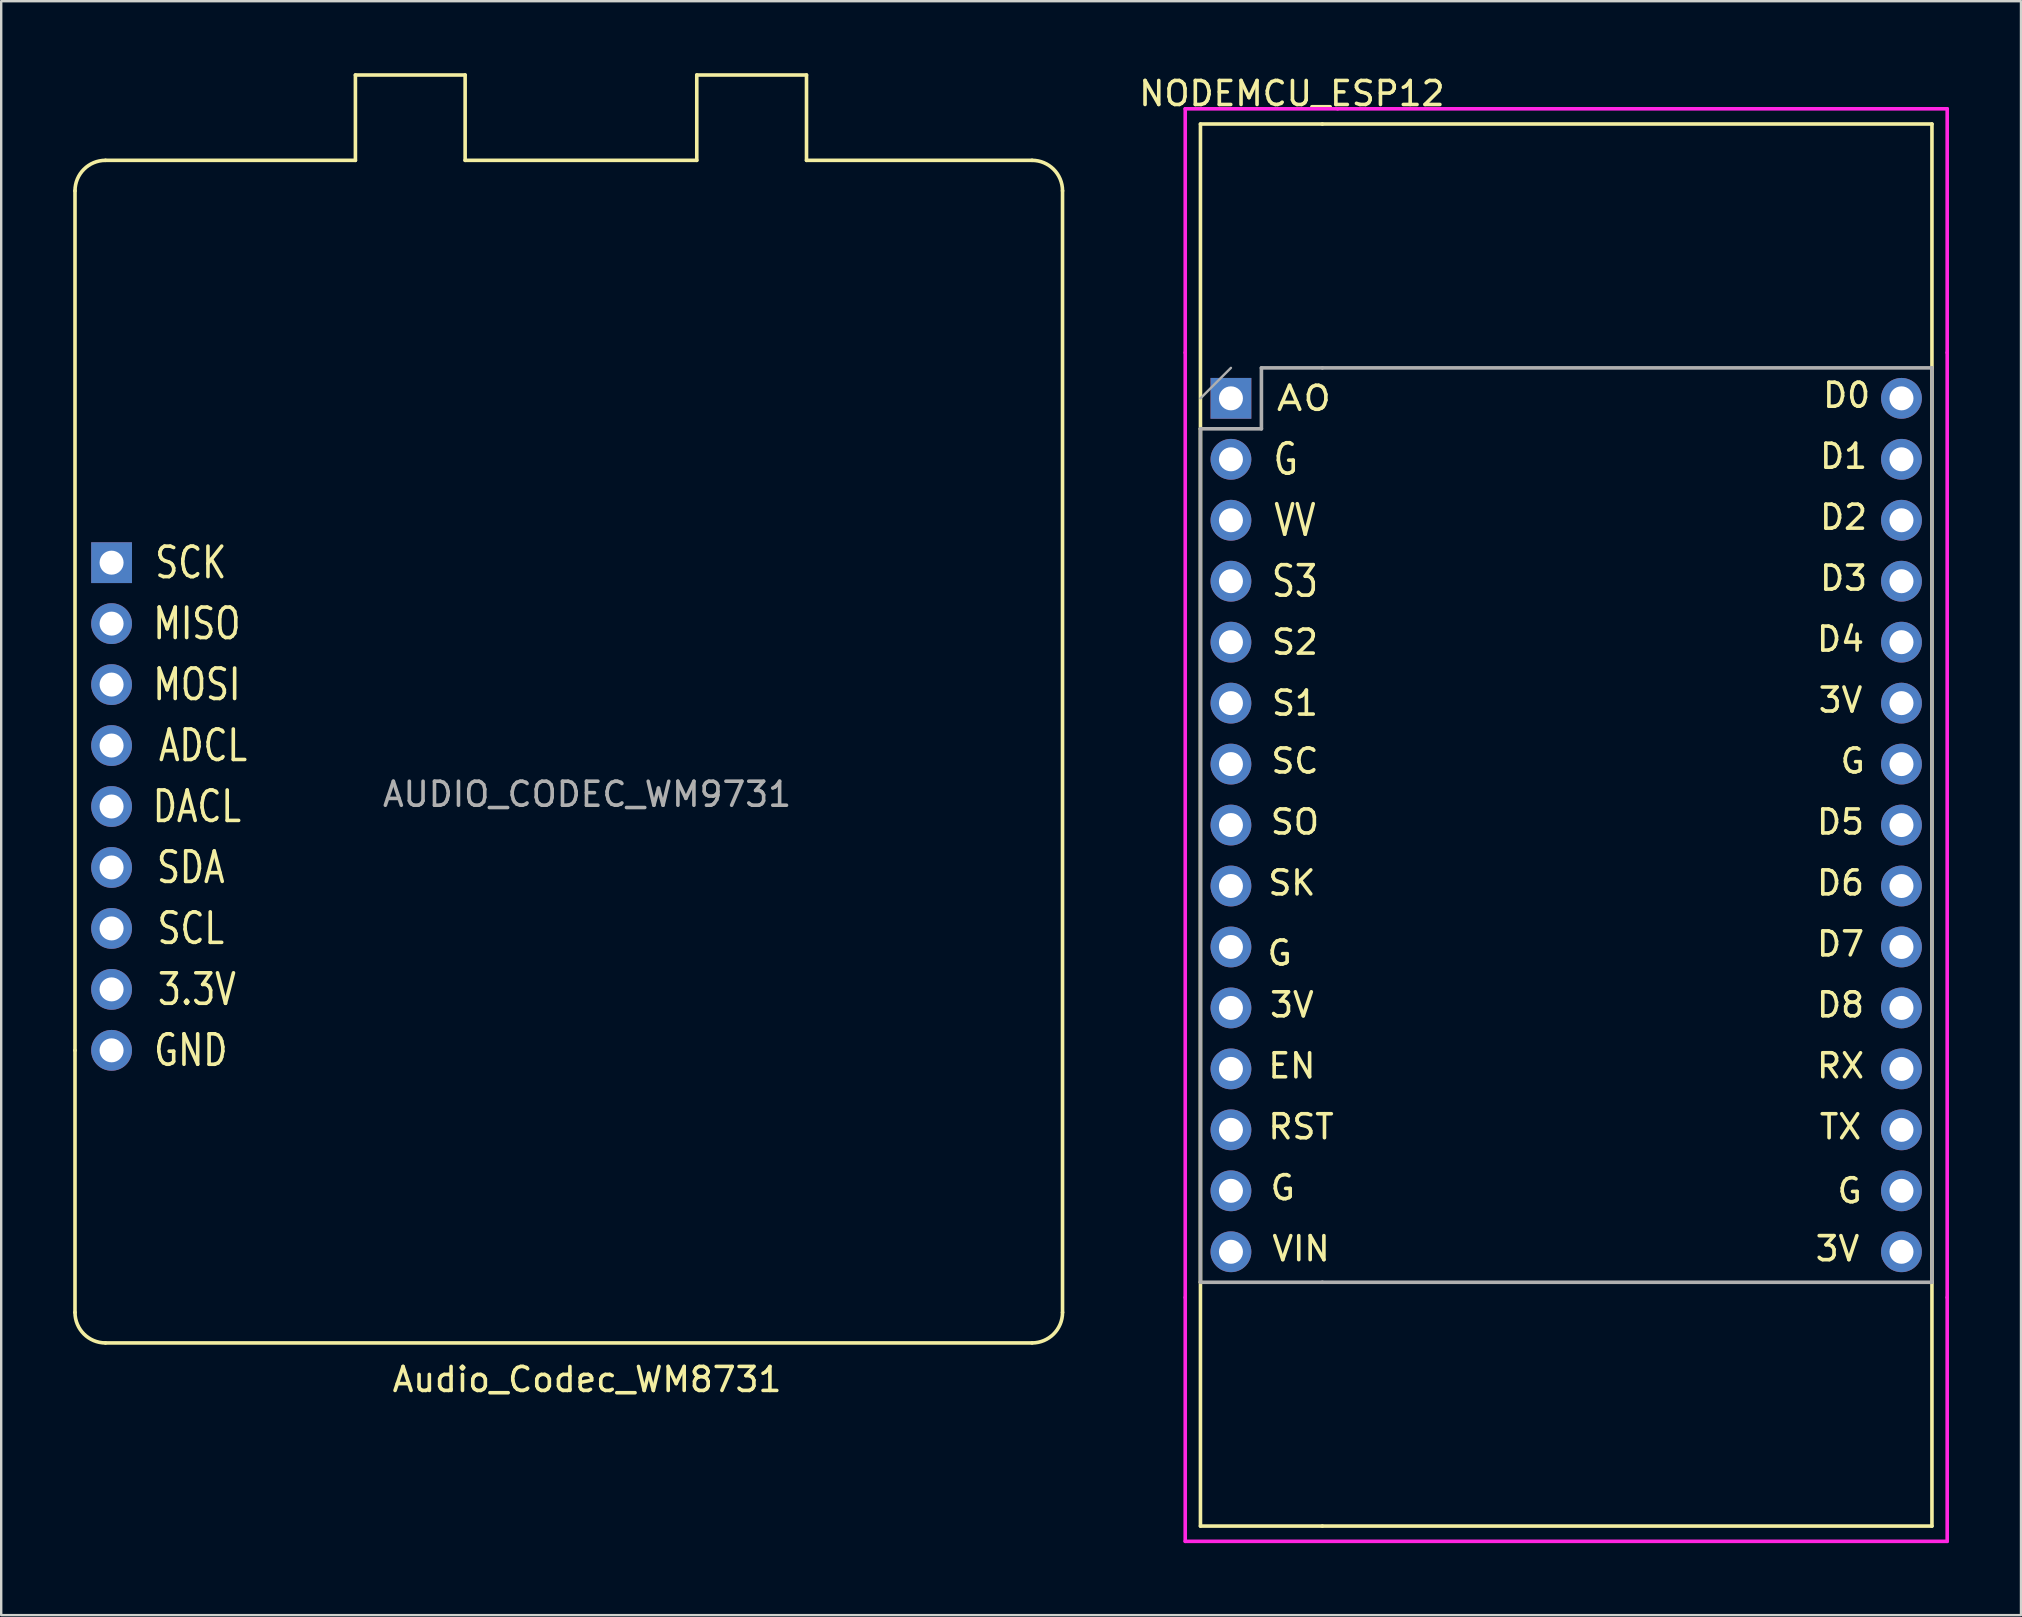
<source format=kicad_pcb>
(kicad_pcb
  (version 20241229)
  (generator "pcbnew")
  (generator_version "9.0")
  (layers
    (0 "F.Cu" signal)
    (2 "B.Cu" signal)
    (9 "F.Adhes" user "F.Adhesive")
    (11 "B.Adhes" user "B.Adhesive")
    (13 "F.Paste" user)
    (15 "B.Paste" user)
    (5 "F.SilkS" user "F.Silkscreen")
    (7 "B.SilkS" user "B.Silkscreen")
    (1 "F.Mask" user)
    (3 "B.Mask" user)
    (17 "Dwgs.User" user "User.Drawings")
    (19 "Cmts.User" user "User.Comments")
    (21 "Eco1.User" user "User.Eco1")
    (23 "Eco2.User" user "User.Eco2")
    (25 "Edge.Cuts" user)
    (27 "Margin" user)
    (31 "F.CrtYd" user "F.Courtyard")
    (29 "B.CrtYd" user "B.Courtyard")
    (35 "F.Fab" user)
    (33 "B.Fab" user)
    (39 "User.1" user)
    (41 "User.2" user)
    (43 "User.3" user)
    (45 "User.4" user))
  (footprint "Audio_Codec_WM8731"
    (layer "F.Cu")
    (at 21.411 31.571)
    (property "Reference" "Audio_Codec_WM8731" (at 0 22.86 0) (layer "F.SilkS") (effects (font (size 1 1) (thickness 0.15))))
    (attr through_hole)
    (fp_line (start -21.336 9.144) (end -21.336 -26.67) (stroke (width 0.15) (type solid)) (layer "F.SilkS"))
    (fp_line (start -21.336 20.066) (end -21.336 9.144) (stroke (width 0.15) (type solid)) (layer "F.SilkS"))
    (fp_line (start -20.066 21.336) (end 18.542 21.336) (stroke (width 0.15) (type solid)) (layer "F.SilkS"))
    (fp_line (start -9.652 -31.496) (end -5.08 -31.496) (stroke (width 0.15) (type solid)) (layer "F.SilkS"))
    (fp_line (start -9.652 -27.94) (end -20.066 -27.94) (stroke (width 0.15) (type solid)) (layer "F.SilkS"))
    (fp_line (start -9.652 -27.94) (end -9.652 -31.496) (stroke (width 0.15) (type solid)) (layer "F.SilkS"))
    (fp_line (start -5.08 -31.496) (end -5.08 -27.94) (stroke (width 0.15) (type solid)) (layer "F.SilkS"))
    (fp_line (start -5.08 -27.94) (end 4.572 -27.94) (stroke (width 0.15) (type solid)) (layer "F.SilkS"))
    (fp_line (start 4.572 -31.496) (end 4.572 -27.94) (stroke (width 0.15) (type solid)) (layer "F.SilkS"))
    (fp_line (start 4.572 -31.496) (end 9.144 -31.496) (stroke (width 0.15) (type solid)) (layer "F.SilkS"))
    (fp_line (start 9.144 -31.496) (end 9.144 -27.94) (stroke (width 0.15) (type solid)) (layer "F.SilkS"))
    (fp_line (start 9.144 -27.94) (end 18.542 -27.94) (stroke (width 0.15) (type solid)) (layer "F.SilkS"))
    (fp_line (start 19.812 -26.67) (end 19.812 20.066) (stroke (width 0.15) (type solid)) (layer "F.SilkS"))
    (fp_arc (start -21.336 -26.67) (mid -20.964026 -27.568026) (end -20.066 -27.94) (stroke (width 0.15) (type solid)) (layer "F.SilkS"))
    (fp_arc (start -20.066 21.336) (mid -20.964026 20.964026) (end -21.336 20.066) (stroke (width 0.15) (type solid)) (layer "F.SilkS"))
    (fp_arc (start 18.542 -27.94) (mid 19.440026 -27.568026) (end 19.812 -26.67) (stroke (width 0.15) (type solid)) (layer "F.SilkS"))
    (fp_arc (start 19.812 20.066) (mid 19.440026 20.964026) (end 18.542 21.336) (stroke (width 0.15) (type solid)) (layer "F.SilkS"))
    (fp_text user "3.3V" (at -16.256 6.604 0) (layer "F.SilkS") (effects (font (size 1.27 1) (thickness 0.15))))
    (fp_text user "GND" (at -16.51 9.144 0) (layer "F.SilkS") (effects (font (size 1.27 1) (thickness 0.15))))
    (fp_text user "DACL" (at -16.256 -1.016 0) (layer "F.SilkS") (effects (font (size 1.27 1) (thickness 0.15))))
    (fp_text user "MISO" (at -16.256 -8.636 0) (layer "F.SilkS") (effects (font (size 1.27 1) (thickness 0.15))))
    (fp_text user "MOSI" (at -16.256 -6.096 0) (layer "F.SilkS") (effects (font (size 1.27 1) (thickness 0.15))))
    (fp_text user "SDA" (at -16.51 1.524 0) (layer "F.SilkS") (effects (font (size 1.27 1) (thickness 0.15))))
    (fp_text user "SCK" (at -16.51 -11.176 0) (layer "F.SilkS") (effects (font (size 1.27 1) (thickness 0.15))))
    (fp_text user "SCL" (at -16.51 4.064 0) (layer "F.SilkS") (effects (font (size 1.27 1) (thickness 0.15))))
    (fp_text user "ADCL" (at -16.002 -3.556 0) (layer "F.SilkS") (effects (font (size 1.27 1) (thickness 0.15))))
    (fp_text user "AUDIO_CODEC_WM9731" (at 0 -1.524 0) (layer "F.Fab") (effects (font (size 1 1) (thickness 0.15))))
    (pad "1" thru_hole rect (at -19.812 -11.176) (size 1.7 1.7) (drill 1) (layers "*.Cu" "*.Mask"))
    (pad "2" thru_hole oval (at -19.812 -8.636) (size 1.7 1.7) (drill 1) (layers "*.Cu" "*.Mask"))
    (pad "3" thru_hole oval (at -19.812 -6.096) (size 1.7 1.7) (drill 1) (layers "*.Cu" "*.Mask"))
    (pad "4" thru_hole oval (at -19.812 -3.556) (size 1.7 1.7) (drill 1) (layers "*.Cu" "*.Mask"))
    (pad "5" thru_hole oval (at -19.812 -1.016) (size 1.7 1.7) (drill 1) (layers "*.Cu" "*.Mask"))
    (pad "6" thru_hole oval (at -19.812 1.524) (size 1.7 1.7) (drill 1) (layers "*.Cu" "*.Mask"))
    (pad "7" thru_hole oval (at -19.812 4.064) (size 1.7 1.7) (drill 1) (layers "*.Cu" "*.Mask"))
    (pad "8" thru_hole oval (at -19.812 6.604) (size 1.7 1.7) (drill 1) (layers "*.Cu" "*.Mask"))
    (pad "9" thru_hole oval (at -19.812 9.144) (size 1.7 1.7) (drill 1) (layers "*.Cu" "*.Mask")))
  (footprint "NODEMCU_ESP12"
    (layer "F.Cu")
    (at 63.48 31.328)
    (property "Reference" "NODEMCU_ESP12" (at -12.7 -30.48 0) (layer "F.SilkS") (effects (font (size 1 1) (thickness 0.15))))
    (attr through_hole)
    (fp_line (start -16.51 -29.21) (end -11.43 -29.21) (stroke (width 0.15) (type solid)) (layer "F.SilkS"))
    (fp_line (start -16.51 -16.51) (end -16.51 -29.21) (stroke (width 0.15) (type solid)) (layer "F.SilkS"))
    (fp_line (start -16.51 -16.51) (end -16.51 19.05) (stroke (width 0.15) (type solid)) (layer "F.SilkS"))
    (fp_line (start -16.51 29.21) (end -16.51 19.05) (stroke (width 0.15) (type solid)) (layer "F.SilkS"))
    (fp_line (start -11.43 29.21) (end -16.51 29.21) (stroke (width 0.15) (type solid)) (layer "F.SilkS"))
    (fp_line (start -11.43 29.21) (end 13.97 29.21) (stroke (width 0.15) (type solid)) (layer "F.SilkS"))
    (fp_line (start 13.97 -29.21) (end -11.43 -29.21) (stroke (width 0.15) (type solid)) (layer "F.SilkS"))
    (fp_line (start 13.97 -19.05) (end 13.97 -29.21) (stroke (width 0.15) (type solid)) (layer "F.SilkS"))
    (fp_line (start 13.97 19.05) (end 13.97 -19.05) (stroke (width 0.15) (type solid)) (layer "F.SilkS"))
    (fp_line (start 13.97 19.05) (end 13.97 29.21) (stroke (width 0.15) (type solid)) (layer "F.SilkS"))
    (fp_line (start -17.145 -29.845) (end -10.795 -29.845) (stroke (width 0.15) (type solid)) (layer "F.CrtYd"))
    (fp_line (start -17.145 -19.685) (end -17.145 -29.845) (stroke (width 0.15) (type solid)) (layer "F.CrtYd"))
    (fp_line (start -17.145 19.685) (end -17.145 -19.685) (stroke (width 0.15) (type solid)) (layer "F.CrtYd"))
    (fp_line (start -17.145 19.685) (end -17.145 29.845) (stroke (width 0.15) (type solid)) (layer "F.CrtYd"))
    (fp_line (start -10.795 -29.845) (end 14.605 -29.845) (stroke (width 0.15) (type solid)) (layer "F.CrtYd"))
    (fp_line (start 14.605 -19.685) (end 14.605 -29.845) (stroke (width 0.15) (type solid)) (layer "F.CrtYd"))
    (fp_line (start 14.605 -19.685) (end 14.605 19.685) (stroke (width 0.15) (type solid)) (layer "F.CrtYd"))
    (fp_line (start 14.605 19.685) (end 14.605 29.845) (stroke (width 0.15) (type solid)) (layer "F.CrtYd"))
    (fp_line (start 14.605 29.845) (end -17.145 29.845) (stroke (width 0.15) (type solid)) (layer "F.CrtYd"))
    (fp_line (start -16.51 -17.78) (end -15.24 -19.05) (stroke (width 0.1) (type solid)) (layer "F.Fab"))
    (fp_line (start -16.51 -16.51) (end -13.97 -16.51) (stroke (width 0.15) (type solid)) (layer "F.Fab"))
    (fp_line (start -16.51 19.05) (end -16.51 -16.51) (stroke (width 0.15) (type solid)) (layer "F.Fab"))
    (fp_line (start -13.97 -19.05) (end -11.43 -19.05) (stroke (width 0.15) (type solid)) (layer "F.Fab"))
    (fp_line (start -13.97 -16.51) (end -13.97 -19.05) (stroke (width 0.15) (type solid)) (layer "F.Fab"))
    (fp_line (start -11.43 -19.05) (end 13.97 -19.05) (stroke (width 0.15) (type solid)) (layer "F.Fab"))
    (fp_line (start -11.43 19.05) (end -16.51 19.05) (stroke (width 0.15) (type solid)) (layer "F.Fab"))
    (fp_line (start 13.97 -19.05) (end 13.97 19.05) (stroke (width 0.15) (type solid)) (layer "F.Fab"))
    (fp_line (start 13.97 19.05) (end -11.43 19.05) (stroke (width 0.15) (type solid)) (layer "F.Fab"))
    (fp_text user "EN" (at -12.7 10.033 0) (layer "F.SilkS") (effects (font (size 1 1) (thickness 0.15))))
    (fp_text user "VV" (at -12.573 -12.7 0) (layer "F.SilkS") (effects (font (size 1.27 1) (thickness 0.15))))
    (fp_text user "SC" (at -12.573 -2.667 0) (layer "F.SilkS") (effects (font (size 1 1) (thickness 0.15))))
    (fp_text user "3V" (at 10.033 17.653 0) (layer "F.SilkS") (effects (font (size 1 1) (thickness 0.15))))
    (fp_text user "D0" (at 10.414 -17.907 0) (layer "F.SilkS") (effects (font (size 1 1) (thickness 0.15))))
    (fp_text user "G" (at -13.208 5.334 0) (layer "F.SilkS") (effects (font (size 1 1) (thickness 0.15))))
    (fp_text user "G" (at 10.668 -2.667 0) (layer "F.SilkS") (effects (font (size 1 1) (thickness 0.15))))
    (fp_text user "G" (at -12.954 -15.24 0) (layer "F.SilkS") (effects (font (size 1.27 1) (thickness 0.15))))
    (fp_text user "TX" (at 10.16 12.573 0) (layer "F.SilkS") (effects (font (size 1 1) (thickness 0.15))))
    (fp_text user "D6" (at 10.16 2.413 0) (layer "F.SilkS") (effects (font (size 1 1) (thickness 0.15))))
    (fp_text user "VIN" (at -12.319 17.653 0) (layer "F.SilkS") (effects (font (size 1 1) (thickness 0.15))))
    (fp_text user "D7" (at 10.16 4.953 0) (layer "F.SilkS") (effects (font (size 1 1) (thickness 0.15))))
    (fp_text user "D5" (at 10.16 -0.127 0) (layer "F.SilkS") (effects (font (size 1 1) (thickness 0.15))))
    (fp_text user "SO" (at -12.573 -0.127 0) (layer "F.SilkS") (effects (font (size 1 1) (thickness 0.15))))
    (fp_text user "D4" (at 10.16 -7.747 0) (layer "F.SilkS") (effects (font (size 1 1) (thickness 0.15))))
    (fp_text user "S2" (at -12.573 -7.62 0) (layer "F.SilkS") (effects (font (size 1 1) (thickness 0.15))))
    (fp_text user "G" (at 10.541 15.24 0) (layer "F.SilkS") (effects (font (size 1 1) (thickness 0.15))))
    (fp_text user "S3" (at -12.573 -10.16 0) (layer "F.SilkS") (effects (font (size 1.27 1) (thickness 0.15))))
    (fp_text user "D8" (at 10.16 7.493 0) (layer "F.SilkS") (effects (font (size 1 1) (thickness 0.15))))
    (fp_text user "A0" (at -12.192 -17.78 0) (layer "F.SilkS") (effects (font (size 1 1.27) (thickness 0.15))))
    (fp_text user "D1" (at 10.287 -15.367 0) (layer "F.SilkS") (effects (font (size 1 1) (thickness 0.15))))
    (fp_text user "D3" (at 10.287 -10.287 0) (layer "F.SilkS") (effects (font (size 1 1) (thickness 0.15))))
    (fp_text user "SK" (at -12.7 2.413 0) (layer "F.SilkS") (effects (font (size 1 1) (thickness 0.15))))
    (fp_text user "D2" (at 10.287 -12.827 0) (layer "F.SilkS") (effects (font (size 1 1) (thickness 0.15))))
    (fp_text user "RST" (at -12.319 12.573 0) (layer "F.SilkS") (effects (font (size 1 1) (thickness 0.15))))
    (fp_text user "3V" (at 10.16 -5.207 0) (layer "F.SilkS") (effects (font (size 1 1) (thickness 0.15))))
    (fp_text user "RX" (at 10.16 10.033 0) (layer "F.SilkS") (effects (font (size 1 1) (thickness 0.15))))
    (fp_text user "S1" (at -12.573 -5.08 0) (layer "F.SilkS") (effects (font (size 1 1) (thickness 0.15))))
    (fp_text user "3V" (at -12.7 7.493 0) (layer "F.SilkS") (effects (font (size 1 1) (thickness 0.15))))
    (fp_text user "G" (at -13.081 15.113 0) (layer "F.SilkS") (effects (font (size 1 1) (thickness 0.15))))
    (pad "1" thru_hole rect (at -15.24 -17.78) (size 1.7 1.7) (drill 1) (layers "*.Cu" "*.Mask"))
    (pad "2" thru_hole oval (at -15.24 -15.24) (size 1.7 1.7) (drill 1) (layers "*.Cu" "*.Mask"))
    (pad "3" thru_hole oval (at -15.24 -12.7) (size 1.7 1.7) (drill 1) (layers "*.Cu" "*.Mask"))
    (pad "4" thru_hole oval (at -15.24 -10.16) (size 1.7 1.7) (drill 1) (layers "*.Cu" "*.Mask"))
    (pad "5" thru_hole oval (at -15.24 -7.62) (size 1.7 1.7) (drill 1) (layers "*.Cu" "*.Mask"))
    (pad "6" thru_hole oval (at -15.24 -5.08) (size 1.7 1.7) (drill 1) (layers "*.Cu" "*.Mask"))
    (pad "7" thru_hole oval (at -15.24 -2.54) (size 1.7 1.7) (drill 1) (layers "*.Cu" "*.Mask"))
    (pad "8" thru_hole oval (at -15.24 0) (size 1.7 1.7) (drill 1) (layers "*.Cu" "*.Mask"))
    (pad "9" thru_hole oval (at -15.24 2.54) (size 1.7 1.7) (drill 1) (layers "*.Cu" "*.Mask"))
    (pad "10" thru_hole oval (at -15.24 5.08) (size 1.7 1.7) (drill 1) (layers "*.Cu" "*.Mask"))
    (pad "11" thru_hole oval (at -15.24 7.62) (size 1.7 1.7) (drill 1) (layers "*.Cu" "*.Mask"))
    (pad "12" thru_hole oval (at -15.24 10.16) (size 1.7 1.7) (drill 1) (layers "*.Cu" "*.Mask"))
    (pad "13" thru_hole oval (at -15.24 12.7) (size 1.7 1.7) (drill 1) (layers "*.Cu" "*.Mask"))
    (pad "14" thru_hole oval (at -15.24 15.24) (size 1.7 1.7) (drill 1) (layers "*.Cu" "*.Mask"))
    (pad "15" thru_hole oval (at -15.24 17.78) (size 1.7 1.7) (drill 1) (layers "*.Cu" "*.Mask"))
    (pad "16" thru_hole oval (at 12.7 17.78) (size 1.7 1.7) (drill 1) (layers "*.Cu" "*.Mask"))
    (pad "17" thru_hole oval (at 12.7 15.24) (size 1.7 1.7) (drill 1) (layers "*.Cu" "*.Mask"))
    (pad "18" thru_hole oval (at 12.7 12.7) (size 1.7 1.7) (drill 1) (layers "*.Cu" "*.Mask"))
    (pad "19" thru_hole oval (at 12.7 10.16) (size 1.7 1.7) (drill 1) (layers "*.Cu" "*.Mask"))
    (pad "20" thru_hole oval (at 12.7 7.62) (size 1.7 1.7) (drill 1) (layers "*.Cu" "*.Mask"))
    (pad "21" thru_hole oval (at 12.7 5.08) (size 1.7 1.7) (drill 1) (layers "*.Cu" "*.Mask"))
    (pad "22" thru_hole oval (at 12.7 2.54) (size 1.7 1.7) (drill 1) (layers "*.Cu" "*.Mask"))
    (pad "23" thru_hole oval (at 12.7 0) (size 1.7 1.7) (drill 1) (layers "*.Cu" "*.Mask"))
    (pad "24" thru_hole oval (at 12.7 -2.54) (size 1.7 1.7) (drill 1) (layers "*.Cu" "*.Mask"))
    (pad "25" thru_hole oval (at 12.7 -5.08) (size 1.7 1.7) (drill 1) (layers "*.Cu" "*.Mask"))
    (pad "26" thru_hole oval (at 12.7 -7.62) (size 1.7 1.7) (drill 1) (layers "*.Cu" "*.Mask"))
    (pad "27" thru_hole oval (at 12.7 -10.16) (size 1.7 1.7) (drill 1) (layers "*.Cu" "*.Mask"))
    (pad "28" thru_hole oval (at 12.7 -12.7) (size 1.7 1.7) (drill 1) (layers "*.Cu" "*.Mask"))
    (pad "29" thru_hole oval (at 12.7 -15.24) (size 1.7 1.7) (drill 1) (layers "*.Cu" "*.Mask"))
    (pad "30" thru_hole oval (at 12.7 -17.78) (size 1.7 1.7) (drill 1) (layers "*.Cu" "*.Mask")))
  (gr_rect
    (start -3 -3)
    (end 81.16 64.248)
    (stroke (width 0.1) (type default))
    (fill no)
    (layer "Edge.Cuts")))
</source>
